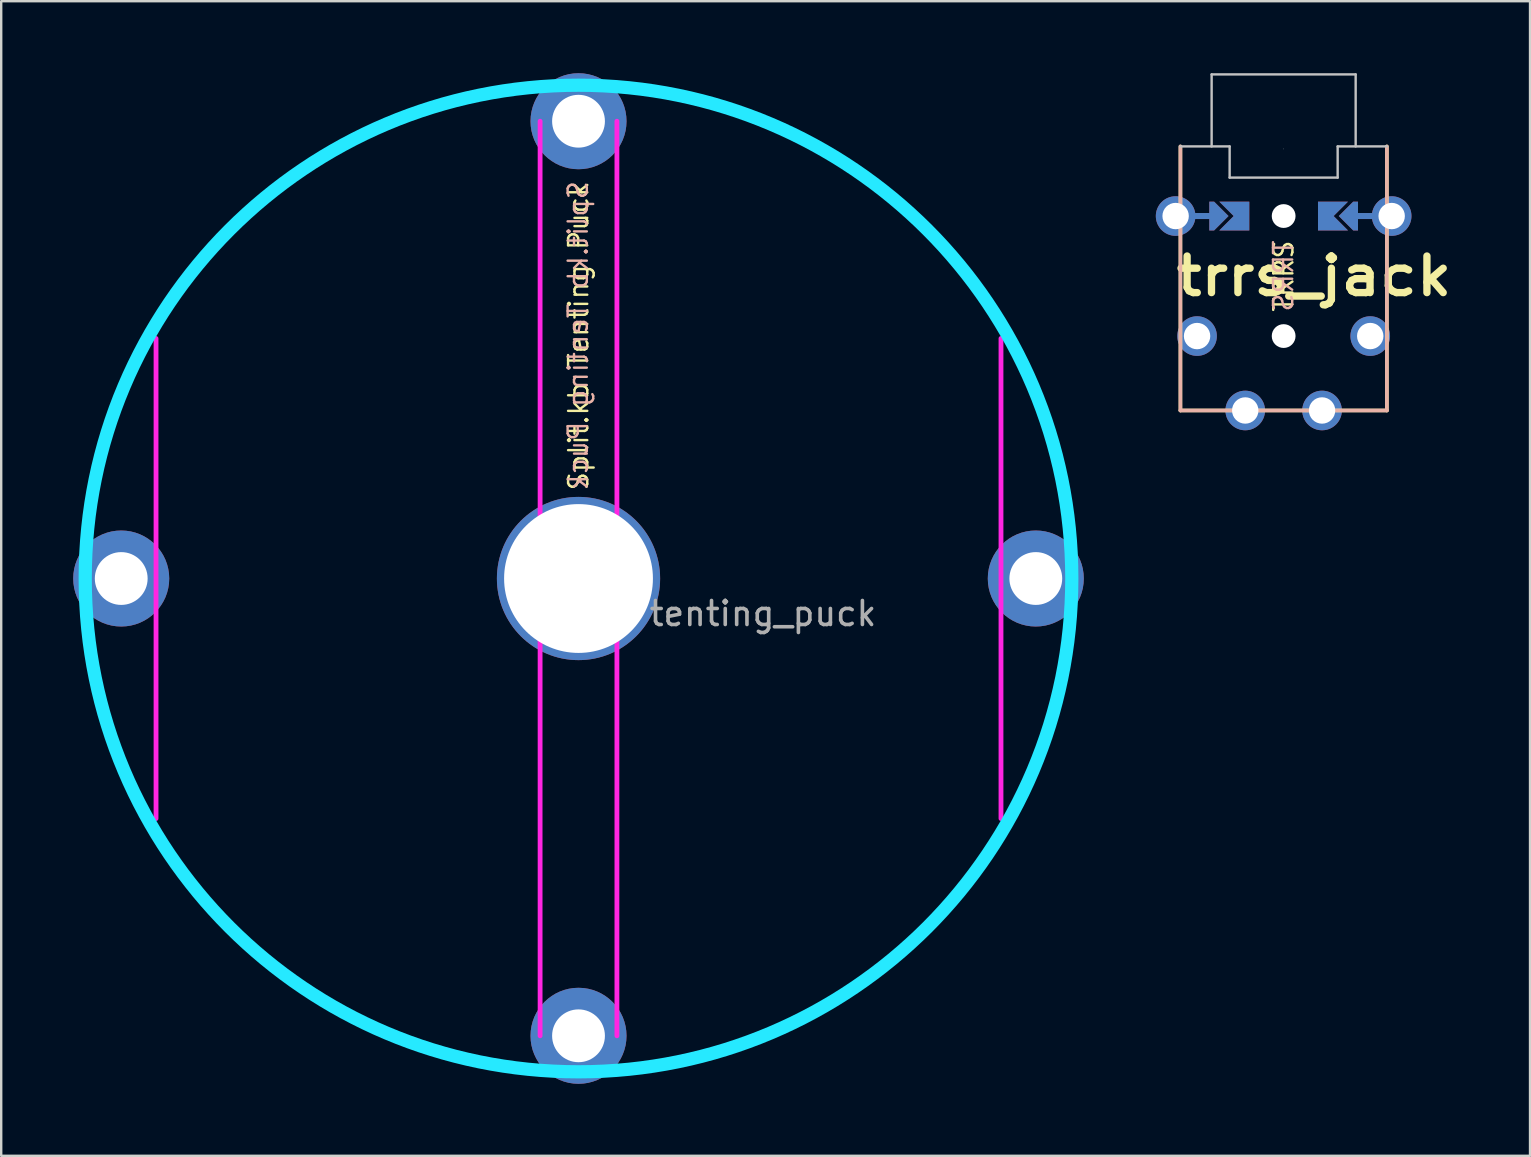
<source format=kicad_pcb>
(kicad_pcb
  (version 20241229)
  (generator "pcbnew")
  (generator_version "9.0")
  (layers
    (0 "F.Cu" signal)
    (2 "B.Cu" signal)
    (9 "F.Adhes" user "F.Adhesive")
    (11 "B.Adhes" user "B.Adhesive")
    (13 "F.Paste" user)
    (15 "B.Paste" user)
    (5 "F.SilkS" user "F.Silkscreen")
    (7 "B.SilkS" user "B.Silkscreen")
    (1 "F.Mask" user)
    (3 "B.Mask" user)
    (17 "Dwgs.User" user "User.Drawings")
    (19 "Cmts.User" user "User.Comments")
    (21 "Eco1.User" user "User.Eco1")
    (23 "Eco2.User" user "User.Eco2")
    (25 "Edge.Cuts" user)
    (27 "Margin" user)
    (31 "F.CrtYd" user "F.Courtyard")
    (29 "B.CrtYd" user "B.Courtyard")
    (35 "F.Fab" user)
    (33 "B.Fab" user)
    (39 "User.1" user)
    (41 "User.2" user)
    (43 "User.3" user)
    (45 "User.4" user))
  (footprint "trrs_jack"
    (layer "F.Cu")
    (at 50.425 8.45)
    (property "Reference" "trrs_jack" (at 1.27 0 180) (layer "F.SilkS") (effects (font (size 1.524 1.778) (thickness 0.305))))
    (attr through_hole)
    (fp_poly (pts (xy -1.935 -3.008) (xy -1.935 -1.992) (xy -2.951 -1.992) (xy -2.951 -3.008)) (stroke (width 0.1) (type solid)) (fill yes) (layer "F.Mask"))
    (fp_poly (pts (xy 1.935 -1.992) (xy 1.935 -3.008) (xy 2.951 -3.008) (xy 2.951 -1.992)) (stroke (width 0.1) (type solid)) (fill yes) (layer "F.Mask"))
    (fp_poly (pts (xy -1.935 -3.008) (xy -1.935 -1.992) (xy -2.951 -1.992) (xy -2.951 -3.008)) (stroke (width 0.1) (type solid)) (fill yes) (layer "B.Mask"))
    (fp_poly (pts (xy 1.935 -1.992) (xy 1.935 -3.008) (xy 2.951 -3.008) (xy 2.951 -1.992)) (stroke (width 0.1) (type solid)) (fill yes) (layer "B.Mask"))
    (fp_line (start -4.3 5.6) (end -4.3 -5.4) (stroke (width 0.15) (type solid)) (layer "F.SilkS"))
    (fp_line (start 4.3 -5.4) (end 4.3 5.6) (stroke (width 0.15) (type solid)) (layer "F.SilkS"))
    (fp_line (start 4.3 5.6) (end -4.3 5.6) (stroke (width 0.15) (type solid)) (layer "F.SilkS"))
    (fp_line (start -4.3 5.6) (end -4.3 -5.4) (stroke (width 0.15) (type solid)) (layer "B.SilkS"))
    (fp_line (start 4.3 -5.4) (end 4.3 5.6) (stroke (width 0.15) (type solid)) (layer "B.SilkS"))
    (fp_line (start 4.3 5.6) (end -4.3 5.6) (stroke (width 0.15) (type solid)) (layer "B.SilkS"))
    (fp_line (start -3 -8.4) (end -3 -5.4) (stroke (width 0.1) (type solid)) (layer "Dwgs.User"))
    (fp_line (start -2.25 -5.4) (end -4.3 -5.4) (stroke (width 0.1) (type solid)) (layer "Dwgs.User"))
    (fp_line (start -2.25 -4.101) (end -2.25 -5.4) (stroke (width 0.1) (type solid)) (layer "Dwgs.User"))
    (fp_line (start 0 -5.296) (end 0 -5.296) (stroke (width 0.025) (type solid)) (layer "Dwgs.User"))
    (fp_line (start 2.25 -4.101) (end -2.25 -4.101) (stroke (width 0.1) (type solid)) (layer "Dwgs.User"))
    (fp_line (start 2.25 -5.4) (end 2.25 -4.101) (stroke (width 0.1) (type solid)) (layer "Dwgs.User"))
    (fp_line (start 3 -8.4) (end -3 -8.4) (stroke (width 0.1) (type solid)) (layer "Dwgs.User"))
    (fp_line (start 3 -5.4) (end 3 -8.4) (stroke (width 0.1) (type solid)) (layer "Dwgs.User"))
    (fp_line (start 4.3 -5.4) (end 2.25 -5.4) (stroke (width 0.1) (type solid)) (layer "Dwgs.User"))
    (fp_text user "TRRS" (at 0 0 90) (layer "F.SilkS") (effects (font (size 0.8 0.8) (thickness 0.1))))
    (fp_text user "TRRS" (at -0.009 -0.002 270) (layer "B.SilkS") (effects (font (size 0.8 0.8) (thickness 0.1)) (justify mirror)))
    (pad "" thru_hole circle (at -4.5 -2.5) (size 1.65 1.65) (drill 1.1) (layers "*.Cu" "*.Mask"))
    (pad "" smd custom (at -3.205 -2.5 90) (size 0.25 1) (layers "F.Cu") (options (anchor rect)) (primitives))
    (pad "" smd custom (at -3.205 -2.5 90) (size 0.25 1) (layers "B.Cu") (options (anchor rect)) (primitives))
    (pad "" smd custom (at -2.697 -2.5 90) (size 0.1 0.1) (layers "F.Cu" "F.Mask") (options (anchor rect)) (primitives (gr_poly (pts (xy 0.6 -0.2) (xy 0 0.4) (xy -0.6 -0.2) (xy -0.6 -0.4) (xy 0.6 -0.4)) (width 0) (fill yes))))
    (pad "" smd custom (at -2.697 -2.5 90) (size 0.1 0.1) (layers "B.Cu" "B.Mask") (options (anchor rect)) (primitives (gr_poly (pts (xy 0.6 -0.2) (xy 0 0.4) (xy -0.6 -0.2) (xy -0.6 -0.4) (xy 0.6 -0.4)) (width 0) (fill yes))))
    (pad "" np_thru_hole circle (at 0 -2.5 270) (size 0.991 0.991) (drill 0.991) (layers "*.Cu" "*.Mask"))
    (pad "" np_thru_hole circle (at 0 2.5 270) (size 0.991 0.991) (drill 0.991) (layers "*.Cu" "*.Mask"))
    (pad "" smd custom (at 2.697 -2.5 270) (size 0.1 0.1) (layers "F.Cu" "F.Mask") (options (anchor rect)) (primitives (gr_poly (pts (xy 0.6 -0.2) (xy 0 0.4) (xy -0.6 -0.2) (xy -0.6 -0.4) (xy 0.6 -0.4)) (width 0) (fill yes))))
    (pad "" smd custom (at 2.697 -2.5 270) (size 0.1 0.1) (layers "B.Cu" "B.Mask") (options (anchor rect)) (primitives (gr_poly (pts (xy 0.6 -0.2) (xy 0 0.4) (xy -0.6 -0.2) (xy -0.6 -0.4) (xy 0.6 -0.4)) (width 0) (fill yes))))
    (pad "" smd custom (at 3.205 -2.5 270) (size 0.25 1) (layers "F.Cu") (options (anchor rect)) (primitives))
    (pad "" smd custom (at 3.205 -2.5 270) (size 0.25 1) (layers "B.Cu") (options (anchor rect)) (primitives))
    (pad "" thru_hole circle (at 4.5 -2.5) (size 1.65 1.65) (drill 1.1) (layers "*.Cu" "*.Mask"))
    (pad "A" thru_hole circle (at -1.6 5.6) (size 1.65 1.65) (drill 1.1) (layers "*.Cu" "*.Mask"))
    (pad "A" thru_hole circle (at 1.6 5.6) (size 1.65 1.65) (drill 1.1) (layers "*.Cu" "*.Mask"))
    (pad "B" smd custom (at -1.681 -2.5 90) (size 1.2 0.5) (layers "B.Cu" "B.Mask") (options (anchor rect)) (primitives (gr_poly (pts (xy 0.6 0) (xy -0.6 0) (xy -0.6 -1) (xy 0 -0.4) (xy 0.6 -1)) (width 0) (fill yes))))
    (pad "B" smd custom (at 1.681 -2.5 270) (size 1.2 0.5) (layers "F.Cu" "F.Mask") (options (anchor rect)) (primitives (gr_poly (pts (xy 0.6 0) (xy -0.6 0) (xy -0.6 -1) (xy 0 -0.4) (xy 0.6 -1)) (width 0) (fill yes))))
    (pad "C" smd custom (at -1.681 -2.5 90) (size 1.2 0.5) (layers "F.Cu" "F.Mask") (options (anchor rect)) (primitives (gr_poly (pts (xy 0.6 0) (xy -0.6 0) (xy -0.6 -1) (xy 0 -0.4) (xy 0.6 -1)) (width 0) (fill yes))))
    (pad "C" smd custom (at 1.681 -2.5 270) (size 1.2 0.5) (layers "B.Cu" "B.Mask") (options (anchor rect)) (primitives (gr_poly (pts (xy 0.6 0) (xy -0.6 0) (xy -0.6 -1) (xy 0 -0.4) (xy 0.6 -1)) (width 0) (fill yes))))
    (pad "D" thru_hole circle (at -3.607 2.5) (size 1.65 1.65) (drill 1.1) (layers "*.Cu" "*.Mask"))
    (pad "D" thru_hole circle (at 3.607 2.5) (size 1.65 1.65) (drill 1.1) (layers "*.Cu" "*.Mask")))
  (footprint "tenting_puck"
    (layer "F.Cu")
    (at 21.05 21.05)
    (property "Reference" "tenting_puck" (at 7.684 1.46 0) (layer "F.Fab") (effects (font (size 1 1) (thickness 0.15))))
    (attr through_hole)
    (fp_circle (center 0 0) (end 20.55 0) (stroke (width 0.55) (type solid)) (fill no) (layer "B.CrtYd"))
    (fp_line (start -17.6 10) (end -17.6 -10) (stroke (width 0.2) (type solid)) (layer "F.CrtYd"))
    (fp_line (start -1.6 19.05) (end -1.6 -19.05) (stroke (width 0.2) (type solid)) (layer "F.CrtYd"))
    (fp_line (start 1.6 19.05) (end 1.6 -19.05) (stroke (width 0.2) (type solid)) (layer "F.CrtYd"))
    (fp_line (start 17.6 10) (end 17.6 -10) (stroke (width 0.2) (type solid)) (layer "F.CrtYd"))
    (fp_text user "Split.kb Tenting Puck" (at 0 -10.109 90) (unlocked yes) (layer "F.SilkS") (effects (font (size 0.8 0.8) (thickness 0.1))))
    (fp_text user "Split.kb Tenting Puck" (at -0.019 -10.118 90) (unlocked yes) (layer "B.SilkS") (effects (font (size 0.8 0.8) (thickness 0.1)) (justify mirror)))
    (pad "" thru_hole circle (at -19.05 0) (size 4 4) (drill 2.2) (layers "*.Cu" "*.Mask"))
    (pad "" thru_hole circle (at 0 -19.05) (size 4 4) (drill 2.2) (layers "*.Cu" "*.Mask"))
    (pad "" thru_hole circle (at 0 0) (size 6.8 6.8) (drill 6.2) (layers "*.Cu" "*.Mask"))
    (pad "" thru_hole circle (at 0 19.05) (size 4 4) (drill 2.2) (layers "*.Cu" "*.Mask"))
    (pad "" thru_hole circle (at 19.05 0) (size 4 4) (drill 2.2) (layers "*.Cu" "*.Mask")))
  (gr_rect
    (start -3 -3)
    (end 60.689 45.1)
    (stroke (width 0.1) (type default))
    (fill no)
    (layer "Edge.Cuts")))
</source>
